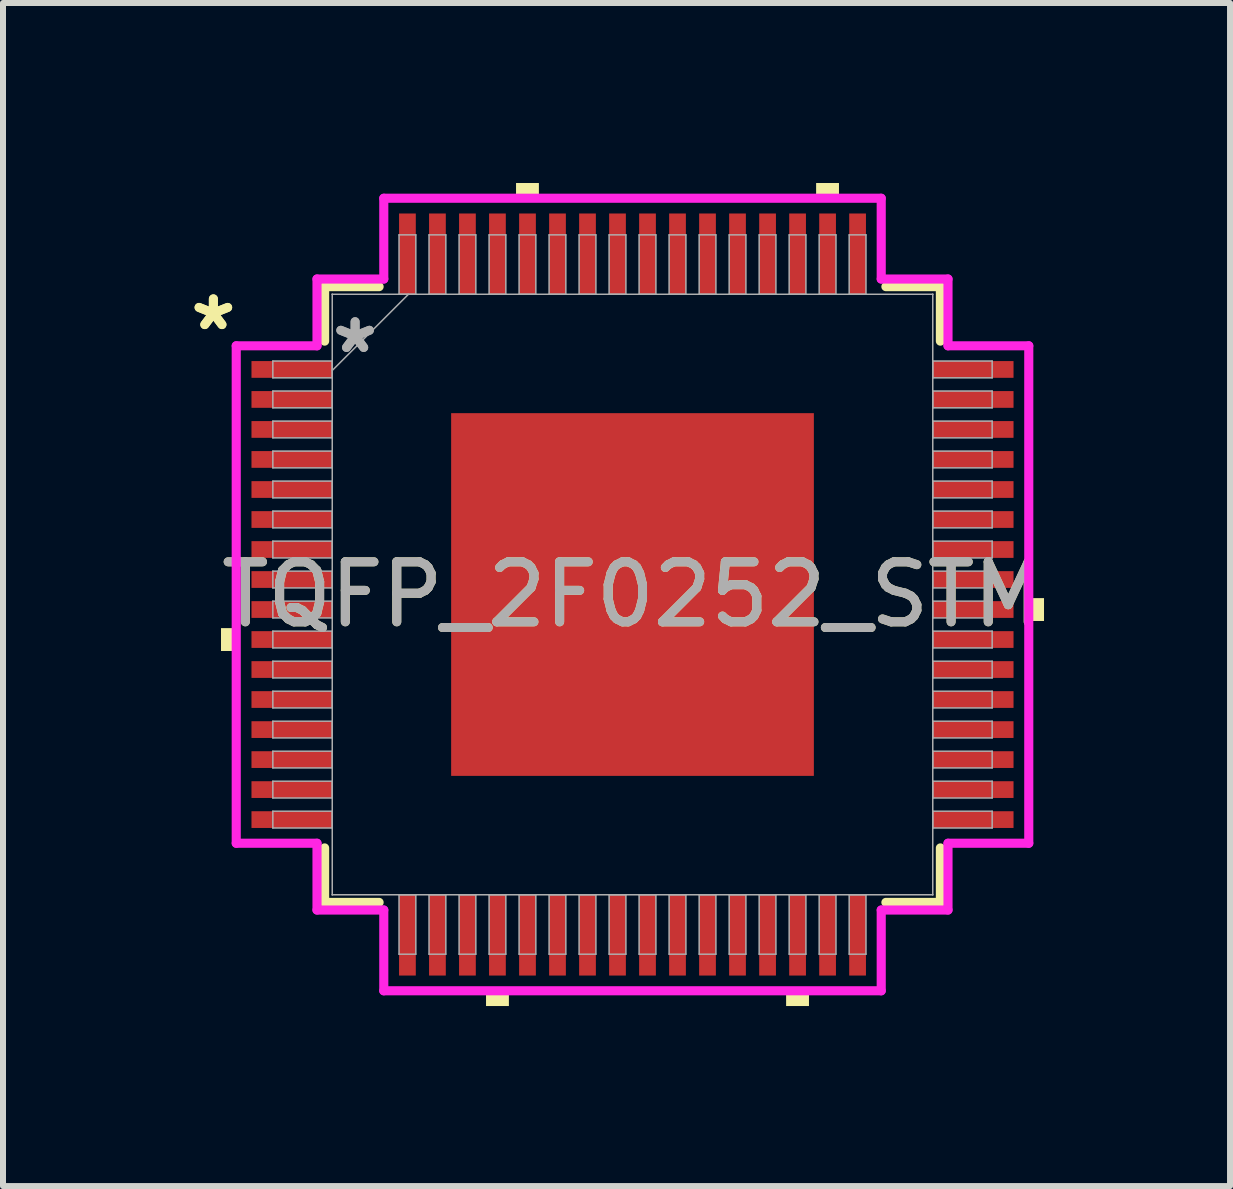
<source format=kicad_pcb>
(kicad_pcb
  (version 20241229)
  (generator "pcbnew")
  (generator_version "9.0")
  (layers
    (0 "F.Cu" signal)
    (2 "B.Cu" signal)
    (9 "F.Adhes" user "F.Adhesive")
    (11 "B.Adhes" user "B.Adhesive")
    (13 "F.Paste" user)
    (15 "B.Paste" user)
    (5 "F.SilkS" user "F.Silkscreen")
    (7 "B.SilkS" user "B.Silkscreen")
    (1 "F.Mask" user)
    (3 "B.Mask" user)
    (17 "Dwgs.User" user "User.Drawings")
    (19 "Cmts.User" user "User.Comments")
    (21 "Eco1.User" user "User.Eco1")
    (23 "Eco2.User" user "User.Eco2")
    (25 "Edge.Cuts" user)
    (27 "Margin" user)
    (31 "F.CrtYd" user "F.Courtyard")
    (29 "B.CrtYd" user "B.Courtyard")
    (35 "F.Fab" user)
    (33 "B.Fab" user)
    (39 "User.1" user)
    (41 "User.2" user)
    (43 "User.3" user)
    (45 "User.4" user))
  (footprint "TQFP_2F0252_STM"
    (layer "F.Cu")
    (at 7.491 6.858)
    (property "Reference" "TQFP_2F0252_STM" (at 0 0 0) (unlocked yes) (layer "F.SilkS") (effects (font (size 1 1) (thickness 0.15))))
    (attr smd)
    (fp_line (start -5.131 -5.131) (end -5.131 -4.223) (stroke (width 0.152) (type solid)) (layer "F.SilkS"))
    (fp_line (start -5.131 4.223) (end -5.131 5.131) (stroke (width 0.152) (type solid)) (layer "F.SilkS"))
    (fp_line (start -5.131 5.131) (end -4.223 5.131) (stroke (width 0.152) (type solid)) (layer "F.SilkS"))
    (fp_line (start -4.223 -5.131) (end -5.131 -5.131) (stroke (width 0.152) (type solid)) (layer "F.SilkS"))
    (fp_line (start 4.223 5.131) (end 5.131 5.131) (stroke (width 0.152) (type solid)) (layer "F.SilkS"))
    (fp_line (start 5.131 -5.131) (end 4.223 -5.131) (stroke (width 0.152) (type solid)) (layer "F.SilkS"))
    (fp_line (start 5.131 -4.223) (end 5.131 -5.131) (stroke (width 0.152) (type solid)) (layer "F.SilkS"))
    (fp_line (start 5.131 5.131) (end 5.131 4.223) (stroke (width 0.152) (type solid)) (layer "F.SilkS"))
    (fp_poly (pts (xy -6.858 0.56) (xy -6.858 0.941) (xy -6.604 0.941) (xy -6.604 0.56)) (stroke (width 0) (type solid)) (fill yes) (layer "F.SilkS"))
    (fp_poly (pts (xy -2.441 6.604) (xy -2.441 6.858) (xy -2.06 6.858) (xy -2.06 6.604)) (stroke (width 0) (type solid)) (fill yes) (layer "F.SilkS"))
    (fp_poly (pts (xy -1.941 -6.604) (xy -1.941 -6.858) (xy -1.56 -6.858) (xy -1.56 -6.604)) (stroke (width 0) (type solid)) (fill yes) (layer "F.SilkS"))
    (fp_poly (pts (xy 2.56 6.604) (xy 2.56 6.858) (xy 2.941 6.858) (xy 2.941 6.604)) (stroke (width 0) (type solid)) (fill yes) (layer "F.SilkS"))
    (fp_poly (pts (xy 3.06 -6.604) (xy 3.06 -6.858) (xy 3.441 -6.858) (xy 3.441 -6.604)) (stroke (width 0) (type solid)) (fill yes) (layer "F.SilkS"))
    (fp_poly (pts (xy 6.858 0.06) (xy 6.858 0.441) (xy 6.604 0.441) (xy 6.604 0.06)) (stroke (width 0) (type solid)) (fill yes) (layer "F.SilkS"))
    (fp_poly (pts (xy -2.923 -2.923) (xy -2.923 -1.611) (xy -1.611 -1.611) (xy -1.611 -2.923)) (stroke (width 0) (type solid)) (fill yes) (layer "F.Paste"))
    (fp_poly (pts (xy -2.923 -1.411) (xy -2.923 -0.1) (xy -1.611 -0.1) (xy -1.611 -1.411)) (stroke (width 0) (type solid)) (fill yes) (layer "F.Paste"))
    (fp_poly (pts (xy -2.923 0.1) (xy -2.923 1.411) (xy -1.611 1.411) (xy -1.611 0.1)) (stroke (width 0) (type solid)) (fill yes) (layer "F.Paste"))
    (fp_poly (pts (xy -2.923 1.611) (xy -2.923 2.923) (xy -1.611 2.923) (xy -1.611 1.611)) (stroke (width 0) (type solid)) (fill yes) (layer "F.Paste"))
    (fp_poly (pts (xy -1.411 -2.923) (xy -1.411 -1.611) (xy -0.1 -1.611) (xy -0.1 -2.923)) (stroke (width 0) (type solid)) (fill yes) (layer "F.Paste"))
    (fp_poly (pts (xy -1.411 -1.411) (xy -1.411 -0.1) (xy -0.1 -0.1) (xy -0.1 -1.411)) (stroke (width 0) (type solid)) (fill yes) (layer "F.Paste"))
    (fp_poly (pts (xy -1.411 0.1) (xy -1.411 1.411) (xy -0.1 1.411) (xy -0.1 0.1)) (stroke (width 0) (type solid)) (fill yes) (layer "F.Paste"))
    (fp_poly (pts (xy -1.411 1.611) (xy -1.411 2.923) (xy -0.1 2.923) (xy -0.1 1.611)) (stroke (width 0) (type solid)) (fill yes) (layer "F.Paste"))
    (fp_poly (pts (xy 0.1 -2.923) (xy 0.1 -1.611) (xy 1.411 -1.611) (xy 1.411 -2.923)) (stroke (width 0) (type solid)) (fill yes) (layer "F.Paste"))
    (fp_poly (pts (xy 0.1 -1.411) (xy 0.1 -0.1) (xy 1.411 -0.1) (xy 1.411 -1.411)) (stroke (width 0) (type solid)) (fill yes) (layer "F.Paste"))
    (fp_poly (pts (xy 0.1 0.1) (xy 0.1 1.411) (xy 1.411 1.411) (xy 1.411 0.1)) (stroke (width 0) (type solid)) (fill yes) (layer "F.Paste"))
    (fp_poly (pts (xy 0.1 1.611) (xy 0.1 2.923) (xy 1.411 2.923) (xy 1.411 1.611)) (stroke (width 0) (type solid)) (fill yes) (layer "F.Paste"))
    (fp_poly (pts (xy 1.611 -2.923) (xy 1.611 -1.611) (xy 2.923 -1.611) (xy 2.923 -2.923)) (stroke (width 0) (type solid)) (fill yes) (layer "F.Paste"))
    (fp_poly (pts (xy 1.611 -1.411) (xy 1.611 -0.1) (xy 2.923 -0.1) (xy 2.923 -1.411)) (stroke (width 0) (type solid)) (fill yes) (layer "F.Paste"))
    (fp_poly (pts (xy 1.611 0.1) (xy 1.611 1.411) (xy 2.923 1.411) (xy 2.923 0.1)) (stroke (width 0) (type solid)) (fill yes) (layer "F.Paste"))
    (fp_poly (pts (xy 1.611 1.611) (xy 1.611 2.923) (xy 2.923 2.923) (xy 2.923 1.611)) (stroke (width 0) (type solid)) (fill yes) (layer "F.Paste"))
    (fp_line (start -6.604 -4.145) (end -5.258 -4.145) (stroke (width 0.152) (type solid)) (layer "F.CrtYd"))
    (fp_line (start -6.604 4.145) (end -6.604 -4.145) (stroke (width 0.152) (type solid)) (layer "F.CrtYd"))
    (fp_line (start -5.258 -5.258) (end -4.145 -5.258) (stroke (width 0.152) (type solid)) (layer "F.CrtYd"))
    (fp_line (start -5.258 -4.145) (end -5.258 -5.258) (stroke (width 0.152) (type solid)) (layer "F.CrtYd"))
    (fp_line (start -5.258 4.145) (end -6.604 4.145) (stroke (width 0.152) (type solid)) (layer "F.CrtYd"))
    (fp_line (start -5.258 5.258) (end -5.258 4.145) (stroke (width 0.152) (type solid)) (layer "F.CrtYd"))
    (fp_line (start -5.258 5.258) (end -4.145 5.258) (stroke (width 0.152) (type solid)) (layer "F.CrtYd"))
    (fp_line (start -4.145 -6.604) (end 4.145 -6.604) (stroke (width 0.152) (type solid)) (layer "F.CrtYd"))
    (fp_line (start -4.145 -5.258) (end -4.145 -6.604) (stroke (width 0.152) (type solid)) (layer "F.CrtYd"))
    (fp_line (start -4.145 5.258) (end -4.145 6.604) (stroke (width 0.152) (type solid)) (layer "F.CrtYd"))
    (fp_line (start -4.145 6.604) (end 4.145 6.604) (stroke (width 0.152) (type solid)) (layer "F.CrtYd"))
    (fp_line (start 4.145 -6.604) (end 4.145 -5.258) (stroke (width 0.152) (type solid)) (layer "F.CrtYd"))
    (fp_line (start 4.145 -5.258) (end 5.258 -5.258) (stroke (width 0.152) (type solid)) (layer "F.CrtYd"))
    (fp_line (start 4.145 5.258) (end 5.258 5.258) (stroke (width 0.152) (type solid)) (layer "F.CrtYd"))
    (fp_line (start 4.145 6.604) (end 4.145 5.258) (stroke (width 0.152) (type solid)) (layer "F.CrtYd"))
    (fp_line (start 5.258 -4.145) (end 5.258 -5.258) (stroke (width 0.152) (type solid)) (layer "F.CrtYd"))
    (fp_line (start 5.258 4.145) (end 6.604 4.145) (stroke (width 0.152) (type solid)) (layer "F.CrtYd"))
    (fp_line (start 5.258 5.258) (end 5.258 4.145) (stroke (width 0.152) (type solid)) (layer "F.CrtYd"))
    (fp_line (start 6.604 -4.145) (end 5.258 -4.145) (stroke (width 0.152) (type solid)) (layer "F.CrtYd"))
    (fp_line (start 6.604 4.145) (end 6.604 -4.145) (stroke (width 0.152) (type solid)) (layer "F.CrtYd"))
    (fp_line (start -5.994 -3.891) (end -5.994 -3.611) (stroke (width 0.025) (type solid)) (layer "F.Fab"))
    (fp_line (start -5.994 -3.611) (end -5.004 -3.611) (stroke (width 0.025) (type solid)) (layer "F.Fab"))
    (fp_line (start -5.994 -3.391) (end -5.994 -3.111) (stroke (width 0.025) (type solid)) (layer "F.Fab"))
    (fp_line (start -5.994 -3.111) (end -5.004 -3.111) (stroke (width 0.025) (type solid)) (layer "F.Fab"))
    (fp_line (start -5.994 -2.89) (end -5.994 -2.611) (stroke (width 0.025) (type solid)) (layer "F.Fab"))
    (fp_line (start -5.994 -2.611) (end -5.004 -2.611) (stroke (width 0.025) (type solid)) (layer "F.Fab"))
    (fp_line (start -5.994 -2.39) (end -5.994 -2.111) (stroke (width 0.025) (type solid)) (layer "F.Fab"))
    (fp_line (start -5.994 -2.111) (end -5.004 -2.111) (stroke (width 0.025) (type solid)) (layer "F.Fab"))
    (fp_line (start -5.994 -1.89) (end -5.994 -1.611) (stroke (width 0.025) (type solid)) (layer "F.Fab"))
    (fp_line (start -5.994 -1.611) (end -5.004 -1.611) (stroke (width 0.025) (type solid)) (layer "F.Fab"))
    (fp_line (start -5.994 -1.39) (end -5.994 -1.111) (stroke (width 0.025) (type solid)) (layer "F.Fab"))
    (fp_line (start -5.994 -1.111) (end -5.004 -1.111) (stroke (width 0.025) (type solid)) (layer "F.Fab"))
    (fp_line (start -5.994 -0.89) (end -5.994 -0.61) (stroke (width 0.025) (type solid)) (layer "F.Fab"))
    (fp_line (start -5.994 -0.61) (end -5.004 -0.61) (stroke (width 0.025) (type solid)) (layer "F.Fab"))
    (fp_line (start -5.994 -0.39) (end -5.994 -0.11) (stroke (width 0.025) (type solid)) (layer "F.Fab"))
    (fp_line (start -5.994 -0.11) (end -5.004 -0.11) (stroke (width 0.025) (type solid)) (layer "F.Fab"))
    (fp_line (start -5.994 0.11) (end -5.994 0.39) (stroke (width 0.025) (type solid)) (layer "F.Fab"))
    (fp_line (start -5.994 0.39) (end -5.004 0.39) (stroke (width 0.025) (type solid)) (layer "F.Fab"))
    (fp_line (start -5.994 0.61) (end -5.994 0.89) (stroke (width 0.025) (type solid)) (layer "F.Fab"))
    (fp_line (start -5.994 0.89) (end -5.004 0.89) (stroke (width 0.025) (type solid)) (layer "F.Fab"))
    (fp_line (start -5.994 1.111) (end -5.994 1.39) (stroke (width 0.025) (type solid)) (layer "F.Fab"))
    (fp_line (start -5.994 1.39) (end -5.004 1.39) (stroke (width 0.025) (type solid)) (layer "F.Fab"))
    (fp_line (start -5.994 1.611) (end -5.994 1.89) (stroke (width 0.025) (type solid)) (layer "F.Fab"))
    (fp_line (start -5.994 1.89) (end -5.004 1.89) (stroke (width 0.025) (type solid)) (layer "F.Fab"))
    (fp_line (start -5.994 2.111) (end -5.994 2.39) (stroke (width 0.025) (type solid)) (layer "F.Fab"))
    (fp_line (start -5.994 2.39) (end -5.004 2.39) (stroke (width 0.025) (type solid)) (layer "F.Fab"))
    (fp_line (start -5.994 2.611) (end -5.994 2.89) (stroke (width 0.025) (type solid)) (layer "F.Fab"))
    (fp_line (start -5.994 2.89) (end -5.004 2.89) (stroke (width 0.025) (type solid)) (layer "F.Fab"))
    (fp_line (start -5.994 3.111) (end -5.994 3.391) (stroke (width 0.025) (type solid)) (layer "F.Fab"))
    (fp_line (start -5.994 3.391) (end -5.004 3.391) (stroke (width 0.025) (type solid)) (layer "F.Fab"))
    (fp_line (start -5.994 3.611) (end -5.994 3.891) (stroke (width 0.025) (type solid)) (layer "F.Fab"))
    (fp_line (start -5.994 3.891) (end -5.004 3.891) (stroke (width 0.025) (type solid)) (layer "F.Fab"))
    (fp_line (start -5.004 -5.004) (end -5.004 -5.004) (stroke (width 0.025) (type solid)) (layer "F.Fab"))
    (fp_line (start -5.004 -5.004) (end -5.004 5.004) (stroke (width 0.025) (type solid)) (layer "F.Fab"))
    (fp_line (start -5.004 -3.891) (end -5.994 -3.891) (stroke (width 0.025) (type solid)) (layer "F.Fab"))
    (fp_line (start -5.004 -3.734) (end -3.734 -5.004) (stroke (width 0.025) (type solid)) (layer "F.Fab"))
    (fp_line (start -5.004 -3.611) (end -5.004 -3.891) (stroke (width 0.025) (type solid)) (layer "F.Fab"))
    (fp_line (start -5.004 -3.391) (end -5.994 -3.391) (stroke (width 0.025) (type solid)) (layer "F.Fab"))
    (fp_line (start -5.004 -3.111) (end -5.004 -3.391) (stroke (width 0.025) (type solid)) (layer "F.Fab"))
    (fp_line (start -5.004 -2.89) (end -5.994 -2.89) (stroke (width 0.025) (type solid)) (layer "F.Fab"))
    (fp_line (start -5.004 -2.611) (end -5.004 -2.89) (stroke (width 0.025) (type solid)) (layer "F.Fab"))
    (fp_line (start -5.004 -2.39) (end -5.994 -2.39) (stroke (width 0.025) (type solid)) (layer "F.Fab"))
    (fp_line (start -5.004 -2.111) (end -5.004 -2.39) (stroke (width 0.025) (type solid)) (layer "F.Fab"))
    (fp_line (start -5.004 -1.89) (end -5.994 -1.89) (stroke (width 0.025) (type solid)) (layer "F.Fab"))
    (fp_line (start -5.004 -1.611) (end -5.004 -1.89) (stroke (width 0.025) (type solid)) (layer "F.Fab"))
    (fp_line (start -5.004 -1.39) (end -5.994 -1.39) (stroke (width 0.025) (type solid)) (layer "F.Fab"))
    (fp_line (start -5.004 -1.111) (end -5.004 -1.39) (stroke (width 0.025) (type solid)) (layer "F.Fab"))
    (fp_line (start -5.004 -0.89) (end -5.994 -0.89) (stroke (width 0.025) (type solid)) (layer "F.Fab"))
    (fp_line (start -5.004 -0.61) (end -5.004 -0.89) (stroke (width 0.025) (type solid)) (layer "F.Fab"))
    (fp_line (start -5.004 -0.39) (end -5.994 -0.39) (stroke (width 0.025) (type solid)) (layer "F.Fab"))
    (fp_line (start -5.004 -0.11) (end -5.004 -0.39) (stroke (width 0.025) (type solid)) (layer "F.Fab"))
    (fp_line (start -5.004 0.11) (end -5.994 0.11) (stroke (width 0.025) (type solid)) (layer "F.Fab"))
    (fp_line (start -5.004 0.39) (end -5.004 0.11) (stroke (width 0.025) (type solid)) (layer "F.Fab"))
    (fp_line (start -5.004 0.61) (end -5.994 0.61) (stroke (width 0.025) (type solid)) (layer "F.Fab"))
    (fp_line (start -5.004 0.89) (end -5.004 0.61) (stroke (width 0.025) (type solid)) (layer "F.Fab"))
    (fp_line (start -5.004 1.111) (end -5.994 1.111) (stroke (width 0.025) (type solid)) (layer "F.Fab"))
    (fp_line (start -5.004 1.39) (end -5.004 1.111) (stroke (width 0.025) (type solid)) (layer "F.Fab"))
    (fp_line (start -5.004 1.611) (end -5.994 1.611) (stroke (width 0.025) (type solid)) (layer "F.Fab"))
    (fp_line (start -5.004 1.89) (end -5.004 1.611) (stroke (width 0.025) (type solid)) (layer "F.Fab"))
    (fp_line (start -5.004 2.111) (end -5.994 2.111) (stroke (width 0.025) (type solid)) (layer "F.Fab"))
    (fp_line (start -5.004 2.39) (end -5.004 2.111) (stroke (width 0.025) (type solid)) (layer "F.Fab"))
    (fp_line (start -5.004 2.611) (end -5.994 2.611) (stroke (width 0.025) (type solid)) (layer "F.Fab"))
    (fp_line (start -5.004 2.89) (end -5.004 2.611) (stroke (width 0.025) (type solid)) (layer "F.Fab"))
    (fp_line (start -5.004 3.111) (end -5.994 3.111) (stroke (width 0.025) (type solid)) (layer "F.Fab"))
    (fp_line (start -5.004 3.391) (end -5.004 3.111) (stroke (width 0.025) (type solid)) (layer "F.Fab"))
    (fp_line (start -5.004 3.611) (end -5.994 3.611) (stroke (width 0.025) (type solid)) (layer "F.Fab"))
    (fp_line (start -5.004 3.891) (end -5.004 3.611) (stroke (width 0.025) (type solid)) (layer "F.Fab"))
    (fp_line (start -5.004 5.004) (end -5.004 5.004) (stroke (width 0.025) (type solid)) (layer "F.Fab"))
    (fp_line (start -5.004 5.004) (end 5.004 5.004) (stroke (width 0.025) (type solid)) (layer "F.Fab"))
    (fp_line (start -3.891 -5.994) (end -3.891 -5.004) (stroke (width 0.025) (type solid)) (layer "F.Fab"))
    (fp_line (start -3.891 -5.004) (end -3.611 -5.004) (stroke (width 0.025) (type solid)) (layer "F.Fab"))
    (fp_line (start -3.891 5.004) (end -3.891 5.994) (stroke (width 0.025) (type solid)) (layer "F.Fab"))
    (fp_line (start -3.891 5.994) (end -3.611 5.994) (stroke (width 0.025) (type solid)) (layer "F.Fab"))
    (fp_line (start -3.611 -5.994) (end -3.891 -5.994) (stroke (width 0.025) (type solid)) (layer "F.Fab"))
    (fp_line (start -3.611 -5.004) (end -3.611 -5.994) (stroke (width 0.025) (type solid)) (layer "F.Fab"))
    (fp_line (start -3.611 5.004) (end -3.891 5.004) (stroke (width 0.025) (type solid)) (layer "F.Fab"))
    (fp_line (start -3.611 5.994) (end -3.611 5.004) (stroke (width 0.025) (type solid)) (layer "F.Fab"))
    (fp_line (start -3.391 -5.994) (end -3.391 -5.004) (stroke (width 0.025) (type solid)) (layer "F.Fab"))
    (fp_line (start -3.391 -5.004) (end -3.111 -5.004) (stroke (width 0.025) (type solid)) (layer "F.Fab"))
    (fp_line (start -3.391 5.004) (end -3.391 5.994) (stroke (width 0.025) (type solid)) (layer "F.Fab"))
    (fp_line (start -3.391 5.994) (end -3.111 5.994) (stroke (width 0.025) (type solid)) (layer "F.Fab"))
    (fp_line (start -3.111 -5.994) (end -3.391 -5.994) (stroke (width 0.025) (type solid)) (layer "F.Fab"))
    (fp_line (start -3.111 -5.004) (end -3.111 -5.994) (stroke (width 0.025) (type solid)) (layer "F.Fab"))
    (fp_line (start -3.111 5.004) (end -3.391 5.004) (stroke (width 0.025) (type solid)) (layer "F.Fab"))
    (fp_line (start -3.111 5.994) (end -3.111 5.004) (stroke (width 0.025) (type solid)) (layer "F.Fab"))
    (fp_line (start -2.89 -5.994) (end -2.89 -5.004) (stroke (width 0.025) (type solid)) (layer "F.Fab"))
    (fp_line (start -2.89 -5.004) (end -2.611 -5.004) (stroke (width 0.025) (type solid)) (layer "F.Fab"))
    (fp_line (start -2.89 5.004) (end -2.89 5.994) (stroke (width 0.025) (type solid)) (layer "F.Fab"))
    (fp_line (start -2.89 5.994) (end -2.611 5.994) (stroke (width 0.025) (type solid)) (layer "F.Fab"))
    (fp_line (start -2.611 -5.994) (end -2.89 -5.994) (stroke (width 0.025) (type solid)) (layer "F.Fab"))
    (fp_line (start -2.611 -5.004) (end -2.611 -5.994) (stroke (width 0.025) (type solid)) (layer "F.Fab"))
    (fp_line (start -2.611 5.004) (end -2.89 5.004) (stroke (width 0.025) (type solid)) (layer "F.Fab"))
    (fp_line (start -2.611 5.994) (end -2.611 5.004) (stroke (width 0.025) (type solid)) (layer "F.Fab"))
    (fp_line (start -2.39 -5.994) (end -2.39 -5.004) (stroke (width 0.025) (type solid)) (layer "F.Fab"))
    (fp_line (start -2.39 -5.004) (end -2.111 -5.004) (stroke (width 0.025) (type solid)) (layer "F.Fab"))
    (fp_line (start -2.39 5.004) (end -2.39 5.994) (stroke (width 0.025) (type solid)) (layer "F.Fab"))
    (fp_line (start -2.39 5.994) (end -2.111 5.994) (stroke (width 0.025) (type solid)) (layer "F.Fab"))
    (fp_line (start -2.111 -5.994) (end -2.39 -5.994) (stroke (width 0.025) (type solid)) (layer "F.Fab"))
    (fp_line (start -2.111 -5.004) (end -2.111 -5.994) (stroke (width 0.025) (type solid)) (layer "F.Fab"))
    (fp_line (start -2.111 5.004) (end -2.39 5.004) (stroke (width 0.025) (type solid)) (layer "F.Fab"))
    (fp_line (start -2.111 5.994) (end -2.111 5.004) (stroke (width 0.025) (type solid)) (layer "F.Fab"))
    (fp_line (start -1.89 -5.994) (end -1.89 -5.004) (stroke (width 0.025) (type solid)) (layer "F.Fab"))
    (fp_line (start -1.89 -5.004) (end -1.611 -5.004) (stroke (width 0.025) (type solid)) (layer "F.Fab"))
    (fp_line (start -1.89 5.004) (end -1.89 5.994) (stroke (width 0.025) (type solid)) (layer "F.Fab"))
    (fp_line (start -1.89 5.994) (end -1.611 5.994) (stroke (width 0.025) (type solid)) (layer "F.Fab"))
    (fp_line (start -1.611 -5.994) (end -1.89 -5.994) (stroke (width 0.025) (type solid)) (layer "F.Fab"))
    (fp_line (start -1.611 -5.004) (end -1.611 -5.994) (stroke (width 0.025) (type solid)) (layer "F.Fab"))
    (fp_line (start -1.611 5.004) (end -1.89 5.004) (stroke (width 0.025) (type solid)) (layer "F.Fab"))
    (fp_line (start -1.611 5.994) (end -1.611 5.004) (stroke (width 0.025) (type solid)) (layer "F.Fab"))
    (fp_line (start -1.39 -5.994) (end -1.39 -5.004) (stroke (width 0.025) (type solid)) (layer "F.Fab"))
    (fp_line (start -1.39 -5.004) (end -1.111 -5.004) (stroke (width 0.025) (type solid)) (layer "F.Fab"))
    (fp_line (start -1.39 5.004) (end -1.39 5.994) (stroke (width 0.025) (type solid)) (layer "F.Fab"))
    (fp_line (start -1.39 5.994) (end -1.111 5.994) (stroke (width 0.025) (type solid)) (layer "F.Fab"))
    (fp_line (start -1.111 -5.994) (end -1.39 -5.994) (stroke (width 0.025) (type solid)) (layer "F.Fab"))
    (fp_line (start -1.111 -5.004) (end -1.111 -5.994) (stroke (width 0.025) (type solid)) (layer "F.Fab"))
    (fp_line (start -1.111 5.004) (end -1.39 5.004) (stroke (width 0.025) (type solid)) (layer "F.Fab"))
    (fp_line (start -1.111 5.994) (end -1.111 5.004) (stroke (width 0.025) (type solid)) (layer "F.Fab"))
    (fp_line (start -0.89 -5.994) (end -0.89 -5.004) (stroke (width 0.025) (type solid)) (layer "F.Fab"))
    (fp_line (start -0.89 -5.004) (end -0.61 -5.004) (stroke (width 0.025) (type solid)) (layer "F.Fab"))
    (fp_line (start -0.89 5.004) (end -0.89 5.994) (stroke (width 0.025) (type solid)) (layer "F.Fab"))
    (fp_line (start -0.89 5.994) (end -0.61 5.994) (stroke (width 0.025) (type solid)) (layer "F.Fab"))
    (fp_line (start -0.61 -5.994) (end -0.89 -5.994) (stroke (width 0.025) (type solid)) (layer "F.Fab"))
    (fp_line (start -0.61 -5.004) (end -0.61 -5.994) (stroke (width 0.025) (type solid)) (layer "F.Fab"))
    (fp_line (start -0.61 5.004) (end -0.89 5.004) (stroke (width 0.025) (type solid)) (layer "F.Fab"))
    (fp_line (start -0.61 5.994) (end -0.61 5.004) (stroke (width 0.025) (type solid)) (layer "F.Fab"))
    (fp_line (start -0.39 -5.994) (end -0.39 -5.004) (stroke (width 0.025) (type solid)) (layer "F.Fab"))
    (fp_line (start -0.39 -5.004) (end -0.11 -5.004) (stroke (width 0.025) (type solid)) (layer "F.Fab"))
    (fp_line (start -0.39 5.004) (end -0.39 5.994) (stroke (width 0.025) (type solid)) (layer "F.Fab"))
    (fp_line (start -0.39 5.994) (end -0.11 5.994) (stroke (width 0.025) (type solid)) (layer "F.Fab"))
    (fp_line (start -0.11 -5.994) (end -0.39 -5.994) (stroke (width 0.025) (type solid)) (layer "F.Fab"))
    (fp_line (start -0.11 -5.004) (end -0.11 -5.994) (stroke (width 0.025) (type solid)) (layer "F.Fab"))
    (fp_line (start -0.11 5.004) (end -0.39 5.004) (stroke (width 0.025) (type solid)) (layer "F.Fab"))
    (fp_line (start -0.11 5.994) (end -0.11 5.004) (stroke (width 0.025) (type solid)) (layer "F.Fab"))
    (fp_line (start 0.11 -5.994) (end 0.11 -5.004) (stroke (width 0.025) (type solid)) (layer "F.Fab"))
    (fp_line (start 0.11 -5.004) (end 0.39 -5.004) (stroke (width 0.025) (type solid)) (layer "F.Fab"))
    (fp_line (start 0.11 5.004) (end 0.11 5.994) (stroke (width 0.025) (type solid)) (layer "F.Fab"))
    (fp_line (start 0.11 5.994) (end 0.39 5.994) (stroke (width 0.025) (type solid)) (layer "F.Fab"))
    (fp_line (start 0.39 -5.994) (end 0.11 -5.994) (stroke (width 0.025) (type solid)) (layer "F.Fab"))
    (fp_line (start 0.39 -5.004) (end 0.39 -5.994) (stroke (width 0.025) (type solid)) (layer "F.Fab"))
    (fp_line (start 0.39 5.004) (end 0.11 5.004) (stroke (width 0.025) (type solid)) (layer "F.Fab"))
    (fp_line (start 0.39 5.994) (end 0.39 5.004) (stroke (width 0.025) (type solid)) (layer "F.Fab"))
    (fp_line (start 0.61 -5.994) (end 0.61 -5.004) (stroke (width 0.025) (type solid)) (layer "F.Fab"))
    (fp_line (start 0.61 -5.004) (end 0.89 -5.004) (stroke (width 0.025) (type solid)) (layer "F.Fab"))
    (fp_line (start 0.61 5.004) (end 0.61 5.994) (stroke (width 0.025) (type solid)) (layer "F.Fab"))
    (fp_line (start 0.61 5.994) (end 0.89 5.994) (stroke (width 0.025) (type solid)) (layer "F.Fab"))
    (fp_line (start 0.89 -5.994) (end 0.61 -5.994) (stroke (width 0.025) (type solid)) (layer "F.Fab"))
    (fp_line (start 0.89 -5.004) (end 0.89 -5.994) (stroke (width 0.025) (type solid)) (layer "F.Fab"))
    (fp_line (start 0.89 5.004) (end 0.61 5.004) (stroke (width 0.025) (type solid)) (layer "F.Fab"))
    (fp_line (start 0.89 5.994) (end 0.89 5.004) (stroke (width 0.025) (type solid)) (layer "F.Fab"))
    (fp_line (start 1.111 -5.994) (end 1.111 -5.004) (stroke (width 0.025) (type solid)) (layer "F.Fab"))
    (fp_line (start 1.111 -5.004) (end 1.39 -5.004) (stroke (width 0.025) (type solid)) (layer "F.Fab"))
    (fp_line (start 1.111 5.004) (end 1.111 5.994) (stroke (width 0.025) (type solid)) (layer "F.Fab"))
    (fp_line (start 1.111 5.994) (end 1.39 5.994) (stroke (width 0.025) (type solid)) (layer "F.Fab"))
    (fp_line (start 1.39 -5.994) (end 1.111 -5.994) (stroke (width 0.025) (type solid)) (layer "F.Fab"))
    (fp_line (start 1.39 -5.004) (end 1.39 -5.994) (stroke (width 0.025) (type solid)) (layer "F.Fab"))
    (fp_line (start 1.39 5.004) (end 1.111 5.004) (stroke (width 0.025) (type solid)) (layer "F.Fab"))
    (fp_line (start 1.39 5.994) (end 1.39 5.004) (stroke (width 0.025) (type solid)) (layer "F.Fab"))
    (fp_line (start 1.611 -5.994) (end 1.611 -5.004) (stroke (width 0.025) (type solid)) (layer "F.Fab"))
    (fp_line (start 1.611 -5.004) (end 1.89 -5.004) (stroke (width 0.025) (type solid)) (layer "F.Fab"))
    (fp_line (start 1.611 5.004) (end 1.611 5.994) (stroke (width 0.025) (type solid)) (layer "F.Fab"))
    (fp_line (start 1.611 5.994) (end 1.89 5.994) (stroke (width 0.025) (type solid)) (layer "F.Fab"))
    (fp_line (start 1.89 -5.994) (end 1.611 -5.994) (stroke (width 0.025) (type solid)) (layer "F.Fab"))
    (fp_line (start 1.89 -5.004) (end 1.89 -5.994) (stroke (width 0.025) (type solid)) (layer "F.Fab"))
    (fp_line (start 1.89 5.004) (end 1.611 5.004) (stroke (width 0.025) (type solid)) (layer "F.Fab"))
    (fp_line (start 1.89 5.994) (end 1.89 5.004) (stroke (width 0.025) (type solid)) (layer "F.Fab"))
    (fp_line (start 2.111 -5.994) (end 2.111 -5.004) (stroke (width 0.025) (type solid)) (layer "F.Fab"))
    (fp_line (start 2.111 -5.004) (end 2.39 -5.004) (stroke (width 0.025) (type solid)) (layer "F.Fab"))
    (fp_line (start 2.111 5.004) (end 2.111 5.994) (stroke (width 0.025) (type solid)) (layer "F.Fab"))
    (fp_line (start 2.111 5.994) (end 2.39 5.994) (stroke (width 0.025) (type solid)) (layer "F.Fab"))
    (fp_line (start 2.39 -5.994) (end 2.111 -5.994) (stroke (width 0.025) (type solid)) (layer "F.Fab"))
    (fp_line (start 2.39 -5.004) (end 2.39 -5.994) (stroke (width 0.025) (type solid)) (layer "F.Fab"))
    (fp_line (start 2.39 5.004) (end 2.111 5.004) (stroke (width 0.025) (type solid)) (layer "F.Fab"))
    (fp_line (start 2.39 5.994) (end 2.39 5.004) (stroke (width 0.025) (type solid)) (layer "F.Fab"))
    (fp_line (start 2.611 -5.994) (end 2.611 -5.004) (stroke (width 0.025) (type solid)) (layer "F.Fab"))
    (fp_line (start 2.611 -5.004) (end 2.89 -5.004) (stroke (width 0.025) (type solid)) (layer "F.Fab"))
    (fp_line (start 2.611 5.004) (end 2.611 5.994) (stroke (width 0.025) (type solid)) (layer "F.Fab"))
    (fp_line (start 2.611 5.994) (end 2.89 5.994) (stroke (width 0.025) (type solid)) (layer "F.Fab"))
    (fp_line (start 2.89 -5.994) (end 2.611 -5.994) (stroke (width 0.025) (type solid)) (layer "F.Fab"))
    (fp_line (start 2.89 -5.004) (end 2.89 -5.994) (stroke (width 0.025) (type solid)) (layer "F.Fab"))
    (fp_line (start 2.89 5.004) (end 2.611 5.004) (stroke (width 0.025) (type solid)) (layer "F.Fab"))
    (fp_line (start 2.89 5.994) (end 2.89 5.004) (stroke (width 0.025) (type solid)) (layer "F.Fab"))
    (fp_line (start 3.111 -5.994) (end 3.111 -5.004) (stroke (width 0.025) (type solid)) (layer "F.Fab"))
    (fp_line (start 3.111 -5.004) (end 3.391 -5.004) (stroke (width 0.025) (type solid)) (layer "F.Fab"))
    (fp_line (start 3.111 5.004) (end 3.111 5.994) (stroke (width 0.025) (type solid)) (layer "F.Fab"))
    (fp_line (start 3.111 5.994) (end 3.391 5.994) (stroke (width 0.025) (type solid)) (layer "F.Fab"))
    (fp_line (start 3.391 -5.994) (end 3.111 -5.994) (stroke (width 0.025) (type solid)) (layer "F.Fab"))
    (fp_line (start 3.391 -5.004) (end 3.391 -5.994) (stroke (width 0.025) (type solid)) (layer "F.Fab"))
    (fp_line (start 3.391 5.004) (end 3.111 5.004) (stroke (width 0.025) (type solid)) (layer "F.Fab"))
    (fp_line (start 3.391 5.994) (end 3.391 5.004) (stroke (width 0.025) (type solid)) (layer "F.Fab"))
    (fp_line (start 3.611 -5.994) (end 3.611 -5.004) (stroke (width 0.025) (type solid)) (layer "F.Fab"))
    (fp_line (start 3.611 -5.004) (end 3.891 -5.004) (stroke (width 0.025) (type solid)) (layer "F.Fab"))
    (fp_line (start 3.611 5.004) (end 3.611 5.994) (stroke (width 0.025) (type solid)) (layer "F.Fab"))
    (fp_line (start 3.611 5.994) (end 3.891 5.994) (stroke (width 0.025) (type solid)) (layer "F.Fab"))
    (fp_line (start 3.891 -5.994) (end 3.611 -5.994) (stroke (width 0.025) (type solid)) (layer "F.Fab"))
    (fp_line (start 3.891 -5.004) (end 3.891 -5.994) (stroke (width 0.025) (type solid)) (layer "F.Fab"))
    (fp_line (start 3.891 5.004) (end 3.611 5.004) (stroke (width 0.025) (type solid)) (layer "F.Fab"))
    (fp_line (start 3.891 5.994) (end 3.891 5.004) (stroke (width 0.025) (type solid)) (layer "F.Fab"))
    (fp_line (start 5.004 -5.004) (end -5.004 -5.004) (stroke (width 0.025) (type solid)) (layer "F.Fab"))
    (fp_line (start 5.004 -5.004) (end 5.004 -5.004) (stroke (width 0.025) (type solid)) (layer "F.Fab"))
    (fp_line (start 5.004 -3.891) (end 5.004 -3.611) (stroke (width 0.025) (type solid)) (layer "F.Fab"))
    (fp_line (start 5.004 -3.611) (end 5.994 -3.611) (stroke (width 0.025) (type solid)) (layer "F.Fab"))
    (fp_line (start 5.004 -3.391) (end 5.004 -3.111) (stroke (width 0.025) (type solid)) (layer "F.Fab"))
    (fp_line (start 5.004 -3.111) (end 5.994 -3.111) (stroke (width 0.025) (type solid)) (layer "F.Fab"))
    (fp_line (start 5.004 -2.89) (end 5.004 -2.611) (stroke (width 0.025) (type solid)) (layer "F.Fab"))
    (fp_line (start 5.004 -2.611) (end 5.994 -2.611) (stroke (width 0.025) (type solid)) (layer "F.Fab"))
    (fp_line (start 5.004 -2.39) (end 5.004 -2.111) (stroke (width 0.025) (type solid)) (layer "F.Fab"))
    (fp_line (start 5.004 -2.111) (end 5.994 -2.111) (stroke (width 0.025) (type solid)) (layer "F.Fab"))
    (fp_line (start 5.004 -1.89) (end 5.004 -1.611) (stroke (width 0.025) (type solid)) (layer "F.Fab"))
    (fp_line (start 5.004 -1.611) (end 5.994 -1.611) (stroke (width 0.025) (type solid)) (layer "F.Fab"))
    (fp_line (start 5.004 -1.39) (end 5.004 -1.111) (stroke (width 0.025) (type solid)) (layer "F.Fab"))
    (fp_line (start 5.004 -1.111) (end 5.994 -1.111) (stroke (width 0.025) (type solid)) (layer "F.Fab"))
    (fp_line (start 5.004 -0.89) (end 5.004 -0.61) (stroke (width 0.025) (type solid)) (layer "F.Fab"))
    (fp_line (start 5.004 -0.61) (end 5.994 -0.61) (stroke (width 0.025) (type solid)) (layer "F.Fab"))
    (fp_line (start 5.004 -0.39) (end 5.004 -0.11) (stroke (width 0.025) (type solid)) (layer "F.Fab"))
    (fp_line (start 5.004 -0.11) (end 5.994 -0.11) (stroke (width 0.025) (type solid)) (layer "F.Fab"))
    (fp_line (start 5.004 0.11) (end 5.004 0.39) (stroke (width 0.025) (type solid)) (layer "F.Fab"))
    (fp_line (start 5.004 0.39) (end 5.994 0.39) (stroke (width 0.025) (type solid)) (layer "F.Fab"))
    (fp_line (start 5.004 0.61) (end 5.004 0.89) (stroke (width 0.025) (type solid)) (layer "F.Fab"))
    (fp_line (start 5.004 0.89) (end 5.994 0.89) (stroke (width 0.025) (type solid)) (layer "F.Fab"))
    (fp_line (start 5.004 1.111) (end 5.004 1.39) (stroke (width 0.025) (type solid)) (layer "F.Fab"))
    (fp_line (start 5.004 1.39) (end 5.994 1.39) (stroke (width 0.025) (type solid)) (layer "F.Fab"))
    (fp_line (start 5.004 1.611) (end 5.004 1.89) (stroke (width 0.025) (type solid)) (layer "F.Fab"))
    (fp_line (start 5.004 1.89) (end 5.994 1.89) (stroke (width 0.025) (type solid)) (layer "F.Fab"))
    (fp_line (start 5.004 2.111) (end 5.004 2.39) (stroke (width 0.025) (type solid)) (layer "F.Fab"))
    (fp_line (start 5.004 2.39) (end 5.994 2.39) (stroke (width 0.025) (type solid)) (layer "F.Fab"))
    (fp_line (start 5.004 2.611) (end 5.004 2.89) (stroke (width 0.025) (type solid)) (layer "F.Fab"))
    (fp_line (start 5.004 2.89) (end 5.994 2.89) (stroke (width 0.025) (type solid)) (layer "F.Fab"))
    (fp_line (start 5.004 3.111) (end 5.004 3.391) (stroke (width 0.025) (type solid)) (layer "F.Fab"))
    (fp_line (start 5.004 3.391) (end 5.994 3.391) (stroke (width 0.025) (type solid)) (layer "F.Fab"))
    (fp_line (start 5.004 3.611) (end 5.004 3.891) (stroke (width 0.025) (type solid)) (layer "F.Fab"))
    (fp_line (start 5.004 3.891) (end 5.994 3.891) (stroke (width 0.025) (type solid)) (layer "F.Fab"))
    (fp_line (start 5.004 5.004) (end 5.004 -5.004) (stroke (width 0.025) (type solid)) (layer "F.Fab"))
    (fp_line (start 5.004 5.004) (end 5.004 5.004) (stroke (width 0.025) (type solid)) (layer "F.Fab"))
    (fp_line (start 5.994 -3.891) (end 5.004 -3.891) (stroke (width 0.025) (type solid)) (layer "F.Fab"))
    (fp_line (start 5.994 -3.611) (end 5.994 -3.891) (stroke (width 0.025) (type solid)) (layer "F.Fab"))
    (fp_line (start 5.994 -3.391) (end 5.004 -3.391) (stroke (width 0.025) (type solid)) (layer "F.Fab"))
    (fp_line (start 5.994 -3.111) (end 5.994 -3.391) (stroke (width 0.025) (type solid)) (layer "F.Fab"))
    (fp_line (start 5.994 -2.89) (end 5.004 -2.89) (stroke (width 0.025) (type solid)) (layer "F.Fab"))
    (fp_line (start 5.994 -2.611) (end 5.994 -2.89) (stroke (width 0.025) (type solid)) (layer "F.Fab"))
    (fp_line (start 5.994 -2.39) (end 5.004 -2.39) (stroke (width 0.025) (type solid)) (layer "F.Fab"))
    (fp_line (start 5.994 -2.111) (end 5.994 -2.39) (stroke (width 0.025) (type solid)) (layer "F.Fab"))
    (fp_line (start 5.994 -1.89) (end 5.004 -1.89) (stroke (width 0.025) (type solid)) (layer "F.Fab"))
    (fp_line (start 5.994 -1.611) (end 5.994 -1.89) (stroke (width 0.025) (type solid)) (layer "F.Fab"))
    (fp_line (start 5.994 -1.39) (end 5.004 -1.39) (stroke (width 0.025) (type solid)) (layer "F.Fab"))
    (fp_line (start 5.994 -1.111) (end 5.994 -1.39) (stroke (width 0.025) (type solid)) (layer "F.Fab"))
    (fp_line (start 5.994 -0.89) (end 5.004 -0.89) (stroke (width 0.025) (type solid)) (layer "F.Fab"))
    (fp_line (start 5.994 -0.61) (end 5.994 -0.89) (stroke (width 0.025) (type solid)) (layer "F.Fab"))
    (fp_line (start 5.994 -0.39) (end 5.004 -0.39) (stroke (width 0.025) (type solid)) (layer "F.Fab"))
    (fp_line (start 5.994 -0.11) (end 5.994 -0.39) (stroke (width 0.025) (type solid)) (layer "F.Fab"))
    (fp_line (start 5.994 0.11) (end 5.004 0.11) (stroke (width 0.025) (type solid)) (layer "F.Fab"))
    (fp_line (start 5.994 0.39) (end 5.994 0.11) (stroke (width 0.025) (type solid)) (layer "F.Fab"))
    (fp_line (start 5.994 0.61) (end 5.004 0.61) (stroke (width 0.025) (type solid)) (layer "F.Fab"))
    (fp_line (start 5.994 0.89) (end 5.994 0.61) (stroke (width 0.025) (type solid)) (layer "F.Fab"))
    (fp_line (start 5.994 1.111) (end 5.004 1.111) (stroke (width 0.025) (type solid)) (layer "F.Fab"))
    (fp_line (start 5.994 1.39) (end 5.994 1.111) (stroke (width 0.025) (type solid)) (layer "F.Fab"))
    (fp_line (start 5.994 1.611) (end 5.004 1.611) (stroke (width 0.025) (type solid)) (layer "F.Fab"))
    (fp_line (start 5.994 1.89) (end 5.994 1.611) (stroke (width 0.025) (type solid)) (layer "F.Fab"))
    (fp_line (start 5.994 2.111) (end 5.004 2.111) (stroke (width 0.025) (type solid)) (layer "F.Fab"))
    (fp_line (start 5.994 2.39) (end 5.994 2.111) (stroke (width 0.025) (type solid)) (layer "F.Fab"))
    (fp_line (start 5.994 2.611) (end 5.004 2.611) (stroke (width 0.025) (type solid)) (layer "F.Fab"))
    (fp_line (start 5.994 2.89) (end 5.994 2.611) (stroke (width 0.025) (type solid)) (layer "F.Fab"))
    (fp_line (start 5.994 3.111) (end 5.004 3.111) (stroke (width 0.025) (type solid)) (layer "F.Fab"))
    (fp_line (start 5.994 3.391) (end 5.994 3.111) (stroke (width 0.025) (type solid)) (layer "F.Fab"))
    (fp_line (start 5.994 3.611) (end 5.004 3.611) (stroke (width 0.025) (type solid)) (layer "F.Fab"))
    (fp_line (start 5.994 3.891) (end 5.994 3.611) (stroke (width 0.025) (type solid)) (layer "F.Fab"))
    (fp_text user "*" (at -6.985 -4.382 0) (layer "F.SilkS") (effects (font (size 1 1) (thickness 0.15))))
    (fp_text user "*" (at -6.985 -4.382 0) (unlocked yes) (layer "F.SilkS") (effects (font (size 1 1) (thickness 0.15))))
    (fp_text user "*" (at -4.623 -4.001 0) (unlocked yes) (layer "F.Fab") (effects (font (size 1 1) (thickness 0.15))))
    (fp_text user "${REFERENCE}" (at 0 0 0) (unlocked yes) (layer "F.Fab") (effects (font (size 1 1) (thickness 0.15))))
    (fp_text user "*" (at -4.623 -4.001 0) (layer "F.Fab") (effects (font (size 1 1) (thickness 0.15))))
    (pad "1" smd rect (at -5.677 -3.751 90) (size 0.279 1.346) (layers "F.Cu" "F.Mask" "F.Paste"))
    (pad "2" smd rect (at -5.677 -3.251 90) (size 0.279 1.346) (layers "F.Cu" "F.Mask" "F.Paste"))
    (pad "3" smd rect (at -5.677 -2.751 90) (size 0.279 1.346) (layers "F.Cu" "F.Mask" "F.Paste"))
    (pad "4" smd rect (at -5.677 -2.251 90) (size 0.279 1.346) (layers "F.Cu" "F.Mask" "F.Paste"))
    (pad "5" smd rect (at -5.677 -1.75 90) (size 0.279 1.346) (layers "F.Cu" "F.Mask" "F.Paste"))
    (pad "6" smd rect (at -5.677 -1.25 90) (size 0.279 1.346) (layers "F.Cu" "F.Mask" "F.Paste"))
    (pad "7" smd rect (at -5.677 -0.75 90) (size 0.279 1.346) (layers "F.Cu" "F.Mask" "F.Paste"))
    (pad "8" smd rect (at -5.677 -0.25 90) (size 0.279 1.346) (layers "F.Cu" "F.Mask" "F.Paste"))
    (pad "9" smd rect (at -5.677 0.25 90) (size 0.279 1.346) (layers "F.Cu" "F.Mask" "F.Paste"))
    (pad "10" smd rect (at -5.677 0.75 90) (size 0.279 1.346) (layers "F.Cu" "F.Mask" "F.Paste"))
    (pad "11" smd rect (at -5.677 1.25 90) (size 0.279 1.346) (layers "F.Cu" "F.Mask" "F.Paste"))
    (pad "12" smd rect (at -5.677 1.75 90) (size 0.279 1.346) (layers "F.Cu" "F.Mask" "F.Paste"))
    (pad "13" smd rect (at -5.677 2.251 90) (size 0.279 1.346) (layers "F.Cu" "F.Mask" "F.Paste"))
    (pad "14" smd rect (at -5.677 2.751 90) (size 0.279 1.346) (layers "F.Cu" "F.Mask" "F.Paste"))
    (pad "15" smd rect (at -5.677 3.251 90) (size 0.279 1.346) (layers "F.Cu" "F.Mask" "F.Paste"))
    (pad "16" smd rect (at -5.677 3.751 90) (size 0.279 1.346) (layers "F.Cu" "F.Mask" "F.Paste"))
    (pad "17" smd rect (at -3.751 5.677) (size 0.279 1.346) (layers "F.Cu" "F.Mask" "F.Paste"))
    (pad "18" smd rect (at -3.251 5.677) (size 0.279 1.346) (layers "F.Cu" "F.Mask" "F.Paste"))
    (pad "19" smd rect (at -2.751 5.677) (size 0.279 1.346) (layers "F.Cu" "F.Mask" "F.Paste"))
    (pad "20" smd rect (at -2.251 5.677) (size 0.279 1.346) (layers "F.Cu" "F.Mask" "F.Paste"))
    (pad "21" smd rect (at -1.75 5.677) (size 0.279 1.346) (layers "F.Cu" "F.Mask" "F.Paste"))
    (pad "22" smd rect (at -1.25 5.677) (size 0.279 1.346) (layers "F.Cu" "F.Mask" "F.Paste"))
    (pad "23" smd rect (at -0.75 5.677) (size 0.279 1.346) (layers "F.Cu" "F.Mask" "F.Paste"))
    (pad "24" smd rect (at -0.25 5.677) (size 0.279 1.346) (layers "F.Cu" "F.Mask" "F.Paste"))
    (pad "25" smd rect (at 0.25 5.677) (size 0.279 1.346) (layers "F.Cu" "F.Mask" "F.Paste"))
    (pad "26" smd rect (at 0.75 5.677) (size 0.279 1.346) (layers "F.Cu" "F.Mask" "F.Paste"))
    (pad "27" smd rect (at 1.25 5.677) (size 0.279 1.346) (layers "F.Cu" "F.Mask" "F.Paste"))
    (pad "28" smd rect (at 1.75 5.677) (size 0.279 1.346) (layers "F.Cu" "F.Mask" "F.Paste"))
    (pad "29" smd rect (at 2.251 5.677) (size 0.279 1.346) (layers "F.Cu" "F.Mask" "F.Paste"))
    (pad "30" smd rect (at 2.751 5.677) (size 0.279 1.346) (layers "F.Cu" "F.Mask" "F.Paste"))
    (pad "31" smd rect (at 3.251 5.677) (size 0.279 1.346) (layers "F.Cu" "F.Mask" "F.Paste"))
    (pad "32" smd rect (at 3.751 5.677) (size 0.279 1.346) (layers "F.Cu" "F.Mask" "F.Paste"))
    (pad "33" smd rect (at 5.677 3.751 90) (size 0.279 1.346) (layers "F.Cu" "F.Mask" "F.Paste"))
    (pad "34" smd rect (at 5.677 3.251 90) (size 0.279 1.346) (layers "F.Cu" "F.Mask" "F.Paste"))
    (pad "35" smd rect (at 5.677 2.751 90) (size 0.279 1.346) (layers "F.Cu" "F.Mask" "F.Paste"))
    (pad "36" smd rect (at 5.677 2.251 90) (size 0.279 1.346) (layers "F.Cu" "F.Mask" "F.Paste"))
    (pad "37" smd rect (at 5.677 1.75 90) (size 0.279 1.346) (layers "F.Cu" "F.Mask" "F.Paste"))
    (pad "38" smd rect (at 5.677 1.25 90) (size 0.279 1.346) (layers "F.Cu" "F.Mask" "F.Paste"))
    (pad "39" smd rect (at 5.677 0.75 90) (size 0.279 1.346) (layers "F.Cu" "F.Mask" "F.Paste"))
    (pad "40" smd rect (at 5.677 0.25 90) (size 0.279 1.346) (layers "F.Cu" "F.Mask" "F.Paste"))
    (pad "41" smd rect (at 5.677 -0.25 90) (size 0.279 1.346) (layers "F.Cu" "F.Mask" "F.Paste"))
    (pad "42" smd rect (at 5.677 -0.75 90) (size 0.279 1.346) (layers "F.Cu" "F.Mask" "F.Paste"))
    (pad "43" smd rect (at 5.677 -1.25 90) (size 0.279 1.346) (layers "F.Cu" "F.Mask" "F.Paste"))
    (pad "44" smd rect (at 5.677 -1.75 90) (size 0.279 1.346) (layers "F.Cu" "F.Mask" "F.Paste"))
    (pad "45" smd rect (at 5.677 -2.251 90) (size 0.279 1.346) (layers "F.Cu" "F.Mask" "F.Paste"))
    (pad "46" smd rect (at 5.677 -2.751 90) (size 0.279 1.346) (layers "F.Cu" "F.Mask" "F.Paste"))
    (pad "47" smd rect (at 5.677 -3.251 90) (size 0.279 1.346) (layers "F.Cu" "F.Mask" "F.Paste"))
    (pad "48" smd rect (at 5.677 -3.751 90) (size 0.279 1.346) (layers "F.Cu" "F.Mask" "F.Paste"))
    (pad "49" smd rect (at 3.751 -5.677) (size 0.279 1.346) (layers "F.Cu" "F.Mask" "F.Paste"))
    (pad "50" smd rect (at 3.251 -5.677) (size 0.279 1.346) (layers "F.Cu" "F.Mask" "F.Paste"))
    (pad "51" smd rect (at 2.751 -5.677) (size 0.279 1.346) (layers "F.Cu" "F.Mask" "F.Paste"))
    (pad "52" smd rect (at 2.251 -5.677) (size 0.279 1.346) (layers "F.Cu" "F.Mask" "F.Paste"))
    (pad "53" smd rect (at 1.75 -5.677) (size 0.279 1.346) (layers "F.Cu" "F.Mask" "F.Paste"))
    (pad "54" smd rect (at 1.25 -5.677) (size 0.279 1.346) (layers "F.Cu" "F.Mask" "F.Paste"))
    (pad "55" smd rect (at 0.75 -5.677) (size 0.279 1.346) (layers "F.Cu" "F.Mask" "F.Paste"))
    (pad "56" smd rect (at 0.25 -5.677) (size 0.279 1.346) (layers "F.Cu" "F.Mask" "F.Paste"))
    (pad "57" smd rect (at -0.25 -5.677) (size 0.279 1.346) (layers "F.Cu" "F.Mask" "F.Paste"))
    (pad "58" smd rect (at -0.75 -5.677) (size 0.279 1.346) (layers "F.Cu" "F.Mask" "F.Paste"))
    (pad "59" smd rect (at -1.25 -5.677) (size 0.279 1.346) (layers "F.Cu" "F.Mask" "F.Paste"))
    (pad "60" smd rect (at -1.75 -5.677) (size 0.279 1.346) (layers "F.Cu" "F.Mask" "F.Paste"))
    (pad "61" smd rect (at -2.251 -5.677) (size 0.279 1.346) (layers "F.Cu" "F.Mask" "F.Paste"))
    (pad "62" smd rect (at -2.751 -5.677) (size 0.279 1.346) (layers "F.Cu" "F.Mask" "F.Paste"))
    (pad "63" smd rect (at -3.251 -5.677) (size 0.279 1.346) (layers "F.Cu" "F.Mask" "F.Paste"))
    (pad "64" smd rect (at -3.751 -5.677) (size 0.279 1.346) (layers "F.Cu" "F.Mask" "F.Paste"))
    (pad "EPAD" smd rect (at 0 0) (size 6.045 6.045) (layers "F.Cu" "F.Mask")))
  (gr_rect
    (start -3 -3)
    (end 17.449 16.716)
    (stroke (width 0.1) (type default))
    (fill no)
    (layer "Edge.Cuts")))
</source>
